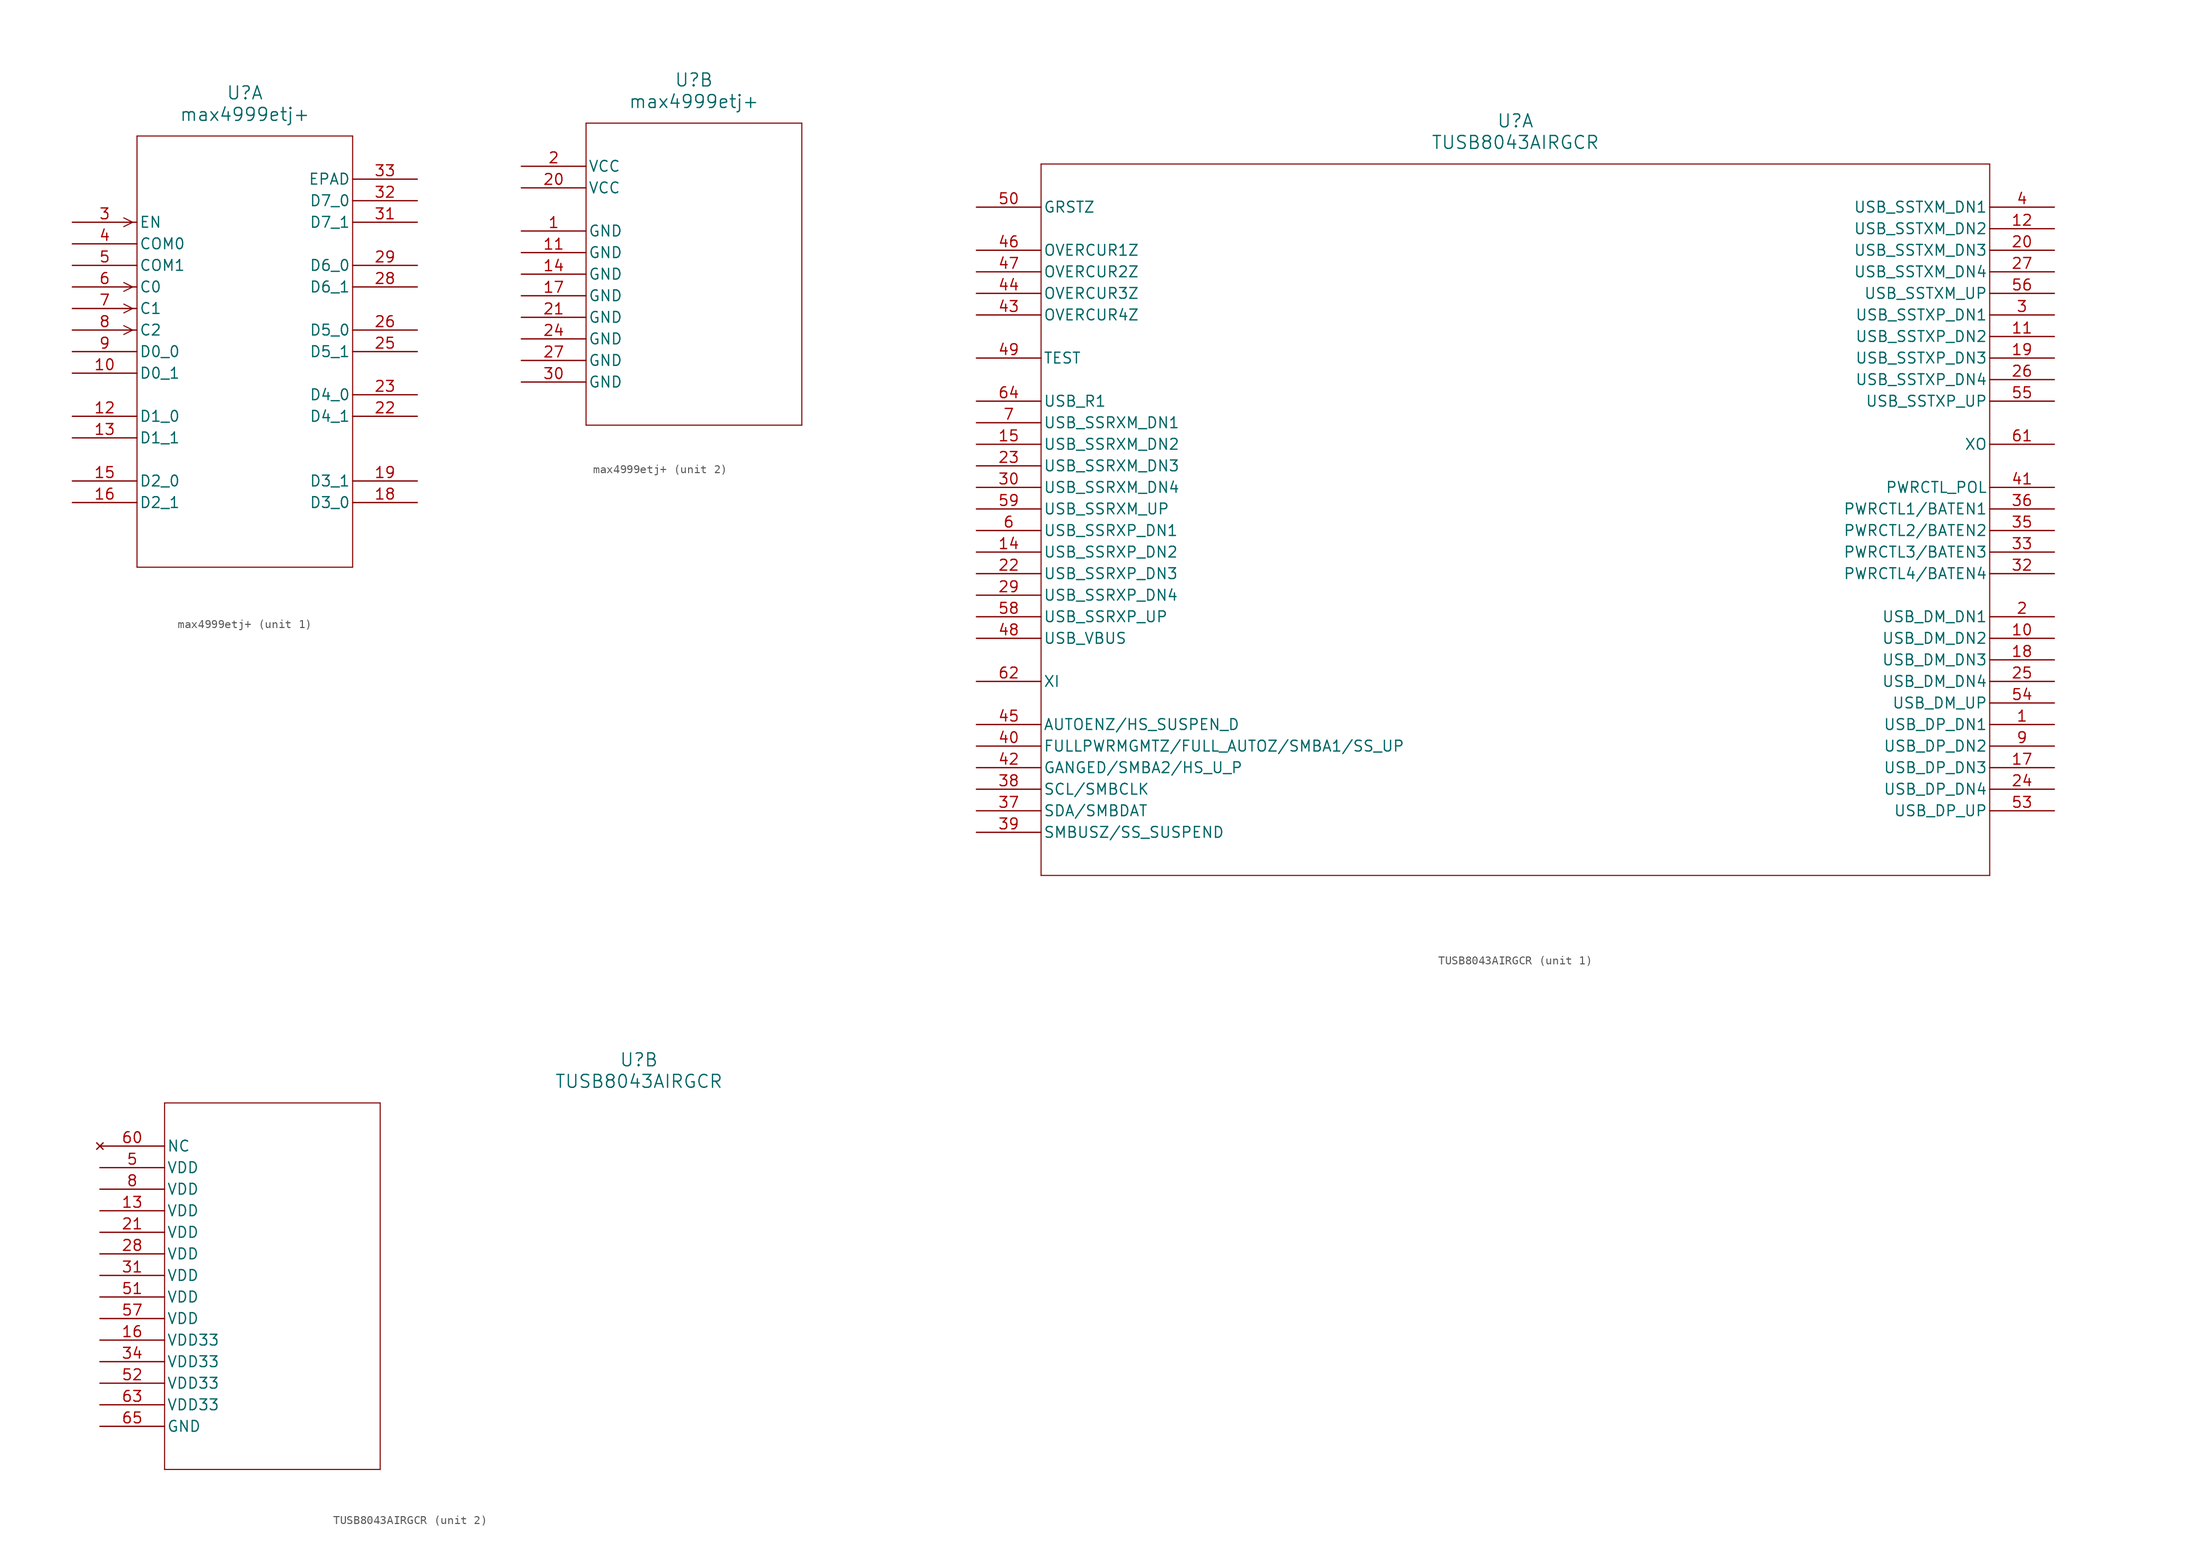
<source format=kicad_sym>
(kicad_symbol_lib
  (version 20220914)
  (generator kicad_symbol_editor)
  (symbol "max4999etj+"
    (pin_names
      (offset 0.254))
    (property "Reference" "U"
      (at 20.32 10.16 0)
      (effects (font (size 1.524 1.524))))
    (property "Value" "max4999etj+"
      (at 20.32 7.62 0)
      (effects (font (size 1.524 1.524))))
    (property "ki_locked" ""
      (at 0 0 0)
      (effects (font (size 1.27 1.27))))
    (symbol "max4999etj+_1_1"
      (polyline (pts (xy 7.099 -17.78) (xy 6.058 -18.301)) (stroke (width 0.127) (type default)) (fill (type none)))
      (polyline (pts (xy 7.099 -17.78) (xy 6.058 -17.259)) (stroke (width 0.127) (type default)) (fill (type none)))
      (polyline (pts (xy 7.099 -15.24) (xy 6.058 -15.761)) (stroke (width 0.127) (type default)) (fill (type none)))
      (polyline (pts (xy 7.099 -15.24) (xy 6.058 -14.719)) (stroke (width 0.127) (type default)) (fill (type none)))
      (polyline (pts (xy 7.099 -12.7) (xy 6.058 -13.221)) (stroke (width 0.127) (type default)) (fill (type none)))
      (polyline (pts (xy 7.099 -12.7) (xy 6.058 -12.179)) (stroke (width 0.127) (type default)) (fill (type none)))
      (polyline (pts (xy 7.099 -5.08) (xy 6.058 -5.601)) (stroke (width 0.127) (type default)) (fill (type none)))
      (polyline (pts (xy 7.099 -5.08) (xy 6.058 -4.559)) (stroke (width 0.127) (type default)) (fill (type none)))
      (polyline (pts (xy 7.62 -45.72) (xy 33.02 -45.72)) (stroke (width 0.127) (type default)) (fill (type none)))
      (polyline (pts (xy 7.62 5.08) (xy 7.62 -45.72)) (stroke (width 0.127) (type default)) (fill (type none)))
      (polyline (pts (xy 33.02 -45.72) (xy 33.02 5.08)) (stroke (width 0.127) (type default)) (fill (type none)))
      (polyline (pts (xy 33.02 5.08) (xy 7.62 5.08)) (stroke (width 0.127) (type default)) (fill (type none)))
      (pin unspecified line (at 0 -22.86 0) (length 7.62) (name "D0_1" (effects (font (size 1.27 1.27)))) (number "10" (effects (font (size 1.27 1.27)))))
      (pin unspecified line (at 0 -27.94 0) (length 7.62) (name "D1_0" (effects (font (size 1.27 1.27)))) (number "12" (effects (font (size 1.27 1.27)))))
      (pin unspecified line (at 0 -30.48 0) (length 7.62) (name "D1_1" (effects (font (size 1.27 1.27)))) (number "13" (effects (font (size 1.27 1.27)))))
      (pin unspecified line (at 0 -35.56 0) (length 7.62) (name "D2_0" (effects (font (size 1.27 1.27)))) (number "15" (effects (font (size 1.27 1.27)))))
      (pin unspecified line (at 0 -38.1 0) (length 7.62) (name "D2_1" (effects (font (size 1.27 1.27)))) (number "16" (effects (font (size 1.27 1.27)))))
      (pin unspecified line (at 40.64 -38.1 180) (length 7.62) (name "D3_0" (effects (font (size 1.27 1.27)))) (number "18" (effects (font (size 1.27 1.27)))))
      (pin unspecified line (at 40.64 -35.56 180) (length 7.62) (name "D3_1" (effects (font (size 1.27 1.27)))) (number "19" (effects (font (size 1.27 1.27)))))
      (pin unspecified line (at 40.64 -27.94 180) (length 7.62) (name "D4_1" (effects (font (size 1.27 1.27)))) (number "22" (effects (font (size 1.27 1.27)))))
      (pin unspecified line (at 40.64 -25.4 180) (length 7.62) (name "D4_0" (effects (font (size 1.27 1.27)))) (number "23" (effects (font (size 1.27 1.27)))))
      (pin unspecified line (at 40.64 -20.32 180) (length 7.62) (name "D5_1" (effects (font (size 1.27 1.27)))) (number "25" (effects (font (size 1.27 1.27)))))
      (pin unspecified line (at 40.64 -17.78 180) (length 7.62) (name "D5_0" (effects (font (size 1.27 1.27)))) (number "26" (effects (font (size 1.27 1.27)))))
      (pin unspecified line (at 40.64 -12.7 180) (length 7.62) (name "D6_1" (effects (font (size 1.27 1.27)))) (number "28" (effects (font (size 1.27 1.27)))))
      (pin unspecified line (at 40.64 -10.16 180) (length 7.62) (name "D6_0" (effects (font (size 1.27 1.27)))) (number "29" (effects (font (size 1.27 1.27)))))
      (pin input line (at 0 -5.08 0) (length 7.62) (name "EN" (effects (font (size 1.27 1.27)))) (number "3" (effects (font (size 1.27 1.27)))))
      (pin unspecified line (at 40.64 -5.08 180) (length 7.62) (name "D7_1" (effects (font (size 1.27 1.27)))) (number "31" (effects (font (size 1.27 1.27)))))
      (pin unspecified line (at 40.64 -2.54 180) (length 7.62) (name "D7_0" (effects (font (size 1.27 1.27)))) (number "32" (effects (font (size 1.27 1.27)))))
      (pin unspecified line (at 40.64 0 180) (length 7.62) (name "EPAD" (effects (font (size 1.27 1.27)))) (number "33" (effects (font (size 1.27 1.27)))))
      (pin unspecified line (at 0 -7.62 0) (length 7.62) (name "COM0" (effects (font (size 1.27 1.27)))) (number "4" (effects (font (size 1.27 1.27)))))
      (pin unspecified line (at 0 -10.16 0) (length 7.62) (name "COM1" (effects (font (size 1.27 1.27)))) (number "5" (effects (font (size 1.27 1.27)))))
      (pin input line (at 0 -12.7 0) (length 7.62) (name "C0" (effects (font (size 1.27 1.27)))) (number "6" (effects (font (size 1.27 1.27)))))
      (pin input line (at 0 -15.24 0) (length 7.62) (name "C1" (effects (font (size 1.27 1.27)))) (number "7" (effects (font (size 1.27 1.27)))))
      (pin input line (at 0 -17.78 0) (length 7.62) (name "C2" (effects (font (size 1.27 1.27)))) (number "8" (effects (font (size 1.27 1.27)))))
      (pin unspecified line (at 0 -20.32 0) (length 7.62) (name "D0_0" (effects (font (size 1.27 1.27)))) (number "9" (effects (font (size 1.27 1.27))))))
    (symbol "max4999etj+_2_1"
      (polyline (pts (xy 7.62 -30.48) (xy 33.02 -30.48)) (stroke (width 0.127) (type default)) (fill (type none)))
      (polyline (pts (xy 7.62 5.08) (xy 7.62 -30.48)) (stroke (width 0.127) (type default)) (fill (type none)))
      (polyline (pts (xy 33.02 -30.48) (xy 33.02 5.08)) (stroke (width 0.127) (type default)) (fill (type none)))
      (polyline (pts (xy 33.02 5.08) (xy 7.62 5.08)) (stroke (width 0.127) (type default)) (fill (type none)))
      (pin power_in line (at 0 -7.62 0) (length 7.62) (name "GND" (effects (font (size 1.27 1.27)))) (number "1" (effects (font (size 1.27 1.27)))))
      (pin power_in line (at 0 -10.16 0) (length 7.62) (name "GND" (effects (font (size 1.27 1.27)))) (number "11" (effects (font (size 1.27 1.27)))))
      (pin power_in line (at 0 -12.7 0) (length 7.62) (name "GND" (effects (font (size 1.27 1.27)))) (number "14" (effects (font (size 1.27 1.27)))))
      (pin power_in line (at 0 -15.24 0) (length 7.62) (name "GND" (effects (font (size 1.27 1.27)))) (number "17" (effects (font (size 1.27 1.27)))))
      (pin power_in line (at 0 0 0) (length 7.62) (name "VCC" (effects (font (size 1.27 1.27)))) (number "2" (effects (font (size 1.27 1.27)))))
      (pin power_in line (at 0 -2.54 0) (length 7.62) (name "VCC" (effects (font (size 1.27 1.27)))) (number "20" (effects (font (size 1.27 1.27)))))
      (pin power_in line (at 0 -17.78 0) (length 7.62) (name "GND" (effects (font (size 1.27 1.27)))) (number "21" (effects (font (size 1.27 1.27)))))
      (pin power_in line (at 0 -20.32 0) (length 7.62) (name "GND" (effects (font (size 1.27 1.27)))) (number "24" (effects (font (size 1.27 1.27)))))
      (pin power_in line (at 0 -22.86 0) (length 7.62) (name "GND" (effects (font (size 1.27 1.27)))) (number "27" (effects (font (size 1.27 1.27)))))
      (pin power_in line (at 0 -25.4 0) (length 7.62) (name "GND" (effects (font (size 1.27 1.27)))) (number "30" (effects (font (size 1.27 1.27)))))))
  (symbol "TUSB8043AIRGCR"
    (pin_names
      (offset 0.254))
    (property "Reference" "U"
      (at 63.5 10.16 0)
      (effects (font (size 1.524 1.524))))
    (property "Value" "TUSB8043AIRGCR"
      (at 63.5 7.62 0)
      (effects (font (size 1.524 1.524))))
    (property "ki_locked" ""
      (at 0 0 0)
      (effects (font (size 1.27 1.27))))
    (symbol "TUSB8043AIRGCR_1_1"
      (polyline (pts (xy 7.62 -78.74) (xy 119.38 -78.74)) (stroke (width 0.127) (type default)) (fill (type none)))
      (polyline (pts (xy 7.62 5.08) (xy 7.62 -78.74)) (stroke (width 0.127) (type default)) (fill (type none)))
      (polyline (pts (xy 119.38 -78.74) (xy 119.38 5.08)) (stroke (width 0.127) (type default)) (fill (type none)))
      (polyline (pts (xy 119.38 5.08) (xy 7.62 5.08)) (stroke (width 0.127) (type default)) (fill (type none)))
      (pin bidirectional line (at 127 -60.96 180) (length 7.62) (name "USB_DP_DN1" (effects (font (size 1.27 1.27)))) (number "1" (effects (font (size 1.27 1.27)))))
      (pin bidirectional line (at 127 -50.8 180) (length 7.62) (name "USB_DM_DN2" (effects (font (size 1.27 1.27)))) (number "10" (effects (font (size 1.27 1.27)))))
      (pin output line (at 127 -15.24 180) (length 7.62) (name "USB_SSTXP_DN2" (effects (font (size 1.27 1.27)))) (number "11" (effects (font (size 1.27 1.27)))))
      (pin output line (at 127 -2.54 180) (length 7.62) (name "USB_SSTXM_DN2" (effects (font (size 1.27 1.27)))) (number "12" (effects (font (size 1.27 1.27)))))
      (pin input line (at 0 -40.64 0) (length 7.62) (name "USB_SSRXP_DN2" (effects (font (size 1.27 1.27)))) (number "14" (effects (font (size 1.27 1.27)))))
      (pin input line (at 0 -27.94 0) (length 7.62) (name "USB_SSRXM_DN2" (effects (font (size 1.27 1.27)))) (number "15" (effects (font (size 1.27 1.27)))))
      (pin bidirectional line (at 127 -66.04 180) (length 7.62) (name "USB_DP_DN3" (effects (font (size 1.27 1.27)))) (number "17" (effects (font (size 1.27 1.27)))))
      (pin bidirectional line (at 127 -53.34 180) (length 7.62) (name "USB_DM_DN3" (effects (font (size 1.27 1.27)))) (number "18" (effects (font (size 1.27 1.27)))))
      (pin output line (at 127 -17.78 180) (length 7.62) (name "USB_SSTXP_DN3" (effects (font (size 1.27 1.27)))) (number "19" (effects (font (size 1.27 1.27)))))
      (pin bidirectional line (at 127 -48.26 180) (length 7.62) (name "USB_DM_DN1" (effects (font (size 1.27 1.27)))) (number "2" (effects (font (size 1.27 1.27)))))
      (pin output line (at 127 -5.08 180) (length 7.62) (name "USB_SSTXM_DN3" (effects (font (size 1.27 1.27)))) (number "20" (effects (font (size 1.27 1.27)))))
      (pin input line (at 0 -43.18 0) (length 7.62) (name "USB_SSRXP_DN3" (effects (font (size 1.27 1.27)))) (number "22" (effects (font (size 1.27 1.27)))))
      (pin input line (at 0 -30.48 0) (length 7.62) (name "USB_SSRXM_DN3" (effects (font (size 1.27 1.27)))) (number "23" (effects (font (size 1.27 1.27)))))
      (pin bidirectional line (at 127 -68.58 180) (length 7.62) (name "USB_DP_DN4" (effects (font (size 1.27 1.27)))) (number "24" (effects (font (size 1.27 1.27)))))
      (pin bidirectional line (at 127 -55.88 180) (length 7.62) (name "USB_DM_DN4" (effects (font (size 1.27 1.27)))) (number "25" (effects (font (size 1.27 1.27)))))
      (pin output line (at 127 -20.32 180) (length 7.62) (name "USB_SSTXP_DN4" (effects (font (size 1.27 1.27)))) (number "26" (effects (font (size 1.27 1.27)))))
      (pin output line (at 127 -7.62 180) (length 7.62) (name "USB_SSTXM_DN4" (effects (font (size 1.27 1.27)))) (number "27" (effects (font (size 1.27 1.27)))))
      (pin input line (at 0 -45.72 0) (length 7.62) (name "USB_SSRXP_DN4" (effects (font (size 1.27 1.27)))) (number "29" (effects (font (size 1.27 1.27)))))
      (pin output line (at 127 -12.7 180) (length 7.62) (name "USB_SSTXP_DN1" (effects (font (size 1.27 1.27)))) (number "3" (effects (font (size 1.27 1.27)))))
      (pin input line (at 0 -33.02 0) (length 7.62) (name "USB_SSRXM_DN4" (effects (font (size 1.27 1.27)))) (number "30" (effects (font (size 1.27 1.27)))))
      (pin bidirectional line (at 127 -43.18 180) (length 7.62) (name "PWRCTL4/BATEN4" (effects (font (size 1.27 1.27)))) (number "32" (effects (font (size 1.27 1.27)))))
      (pin bidirectional line (at 127 -40.64 180) (length 7.62) (name "PWRCTL3/BATEN3" (effects (font (size 1.27 1.27)))) (number "33" (effects (font (size 1.27 1.27)))))
      (pin bidirectional line (at 127 -38.1 180) (length 7.62) (name "PWRCTL2/BATEN2" (effects (font (size 1.27 1.27)))) (number "35" (effects (font (size 1.27 1.27)))))
      (pin bidirectional line (at 127 -35.56 180) (length 7.62) (name "PWRCTL1/BATEN1" (effects (font (size 1.27 1.27)))) (number "36" (effects (font (size 1.27 1.27)))))
      (pin bidirectional line (at 0 -71.12 0) (length 7.62) (name "SDA/SMBDAT" (effects (font (size 1.27 1.27)))) (number "37" (effects (font (size 1.27 1.27)))))
      (pin bidirectional line (at 0 -68.58 0) (length 7.62) (name "SCL/SMBCLK" (effects (font (size 1.27 1.27)))) (number "38" (effects (font (size 1.27 1.27)))))
      (pin bidirectional line (at 0 -73.66 0) (length 7.62) (name "SMBUSZ/SS_SUSPEND" (effects (font (size 1.27 1.27)))) (number "39" (effects (font (size 1.27 1.27)))))
      (pin output line (at 127 0 180) (length 7.62) (name "USB_SSTXM_DN1" (effects (font (size 1.27 1.27)))) (number "4" (effects (font (size 1.27 1.27)))))
      (pin bidirectional line (at 0 -63.5 0) (length 7.62) (name "FULLPWRMGMTZ/FULL_AUTOZ/SMBA1/SS_UP" (effects (font (size 1.27 1.27)))) (number "40" (effects (font (size 1.27 1.27)))))
      (pin bidirectional line (at 127 -33.02 180) (length 7.62) (name "PWRCTL_POL" (effects (font (size 1.27 1.27)))) (number "41" (effects (font (size 1.27 1.27)))))
      (pin bidirectional line (at 0 -66.04 0) (length 7.62) (name "GANGED/SMBA2/HS_U_P" (effects (font (size 1.27 1.27)))) (number "42" (effects (font (size 1.27 1.27)))))
      (pin input line (at 0 -12.7 0) (length 7.62) (name "OVERCUR4Z" (effects (font (size 1.27 1.27)))) (number "43" (effects (font (size 1.27 1.27)))))
      (pin input line (at 0 -10.16 0) (length 7.62) (name "OVERCUR3Z" (effects (font (size 1.27 1.27)))) (number "44" (effects (font (size 1.27 1.27)))))
      (pin bidirectional line (at 0 -60.96 0) (length 7.62) (name "AUTOENZ/HS_SUSPEN_D" (effects (font (size 1.27 1.27)))) (number "45" (effects (font (size 1.27 1.27)))))
      (pin input line (at 0 -5.08 0) (length 7.62) (name "OVERCUR1Z" (effects (font (size 1.27 1.27)))) (number "46" (effects (font (size 1.27 1.27)))))
      (pin input line (at 0 -7.62 0) (length 7.62) (name "OVERCUR2Z" (effects (font (size 1.27 1.27)))) (number "47" (effects (font (size 1.27 1.27)))))
      (pin input line (at 0 -50.8 0) (length 7.62) (name "USB_VBUS" (effects (font (size 1.27 1.27)))) (number "48" (effects (font (size 1.27 1.27)))))
      (pin input line (at 0 -17.78 0) (length 7.62) (name "TEST" (effects (font (size 1.27 1.27)))) (number "49" (effects (font (size 1.27 1.27)))))
      (pin input line (at 0 0 0) (length 7.62) (name "GRSTZ" (effects (font (size 1.27 1.27)))) (number "50" (effects (font (size 1.27 1.27)))))
      (pin bidirectional line (at 127 -71.12 180) (length 7.62) (name "USB_DP_UP" (effects (font (size 1.27 1.27)))) (number "53" (effects (font (size 1.27 1.27)))))
      (pin bidirectional line (at 127 -58.42 180) (length 7.62) (name "USB_DM_UP" (effects (font (size 1.27 1.27)))) (number "54" (effects (font (size 1.27 1.27)))))
      (pin output line (at 127 -22.86 180) (length 7.62) (name "USB_SSTXP_UP" (effects (font (size 1.27 1.27)))) (number "55" (effects (font (size 1.27 1.27)))))
      (pin output line (at 127 -10.16 180) (length 7.62) (name "USB_SSTXM_UP" (effects (font (size 1.27 1.27)))) (number "56" (effects (font (size 1.27 1.27)))))
      (pin input line (at 0 -48.26 0) (length 7.62) (name "USB_SSRXP_UP" (effects (font (size 1.27 1.27)))) (number "58" (effects (font (size 1.27 1.27)))))
      (pin input line (at 0 -35.56 0) (length 7.62) (name "USB_SSRXM_UP" (effects (font (size 1.27 1.27)))) (number "59" (effects (font (size 1.27 1.27)))))
      (pin input line (at 0 -38.1 0) (length 7.62) (name "USB_SSRXP_DN1" (effects (font (size 1.27 1.27)))) (number "6" (effects (font (size 1.27 1.27)))))
      (pin output line (at 127 -27.94 180) (length 7.62) (name "XO" (effects (font (size 1.27 1.27)))) (number "61" (effects (font (size 1.27 1.27)))))
      (pin input line (at 0 -55.88 0) (length 7.62) (name "XI" (effects (font (size 1.27 1.27)))) (number "62" (effects (font (size 1.27 1.27)))))
      (pin input line (at 0 -22.86 0) (length 7.62) (name "USB_R1" (effects (font (size 1.27 1.27)))) (number "64" (effects (font (size 1.27 1.27)))))
      (pin input line (at 0 -25.4 0) (length 7.62) (name "USB_SSRXM_DN1" (effects (font (size 1.27 1.27)))) (number "7" (effects (font (size 1.27 1.27)))))
      (pin bidirectional line (at 127 -63.5 180) (length 7.62) (name "USB_DP_DN2" (effects (font (size 1.27 1.27)))) (number "9" (effects (font (size 1.27 1.27))))))
    (symbol "TUSB8043AIRGCR_2_1"
      (polyline (pts (xy 7.62 -38.1) (xy 33.02 -38.1)) (stroke (width 0.127) (type default)) (fill (type none)))
      (polyline (pts (xy 7.62 5.08) (xy 7.62 -38.1)) (stroke (width 0.127) (type default)) (fill (type none)))
      (polyline (pts (xy 33.02 -38.1) (xy 33.02 5.08)) (stroke (width 0.127) (type default)) (fill (type none)))
      (polyline (pts (xy 33.02 5.08) (xy 7.62 5.08)) (stroke (width 0.127) (type default)) (fill (type none)))
      (pin power_in line (at 0 -7.62 0) (length 7.62) (name "VDD" (effects (font (size 1.27 1.27)))) (number "13" (effects (font (size 1.27 1.27)))))
      (pin power_in line (at 0 -22.86 0) (length 7.62) (name "VDD33" (effects (font (size 1.27 1.27)))) (number "16" (effects (font (size 1.27 1.27)))))
      (pin power_in line (at 0 -10.16 0) (length 7.62) (name "VDD" (effects (font (size 1.27 1.27)))) (number "21" (effects (font (size 1.27 1.27)))))
      (pin power_in line (at 0 -12.7 0) (length 7.62) (name "VDD" (effects (font (size 1.27 1.27)))) (number "28" (effects (font (size 1.27 1.27)))))
      (pin power_in line (at 0 -15.24 0) (length 7.62) (name "VDD" (effects (font (size 1.27 1.27)))) (number "31" (effects (font (size 1.27 1.27)))))
      (pin power_in line (at 0 -25.4 0) (length 7.62) (name "VDD33" (effects (font (size 1.27 1.27)))) (number "34" (effects (font (size 1.27 1.27)))))
      (pin power_in line (at 0 -2.54 0) (length 7.62) (name "VDD" (effects (font (size 1.27 1.27)))) (number "5" (effects (font (size 1.27 1.27)))))
      (pin power_in line (at 0 -17.78 0) (length 7.62) (name "VDD" (effects (font (size 1.27 1.27)))) (number "51" (effects (font (size 1.27 1.27)))))
      (pin power_in line (at 0 -27.94 0) (length 7.62) (name "VDD33" (effects (font (size 1.27 1.27)))) (number "52" (effects (font (size 1.27 1.27)))))
      (pin power_in line (at 0 -20.32 0) (length 7.62) (name "VDD" (effects (font (size 1.27 1.27)))) (number "57" (effects (font (size 1.27 1.27)))))
      (pin no_connect line (at 0 0 0) (length 7.62) (name "NC" (effects (font (size 1.27 1.27)))) (number "60" (effects (font (size 1.27 1.27)))))
      (pin power_in line (at 0 -30.48 0) (length 7.62) (name "VDD33" (effects (font (size 1.27 1.27)))) (number "63" (effects (font (size 1.27 1.27)))))
      (pin power_out line (at 0 -33.02 0) (length 7.62) (name "GND" (effects (font (size 1.27 1.27)))) (number "65" (effects (font (size 1.27 1.27)))))
      (pin power_in line (at 0 -5.08 0) (length 7.62) (name "VDD" (effects (font (size 1.27 1.27)))) (number "8" (effects (font (size 1.27 1.27))))))))
</source>
